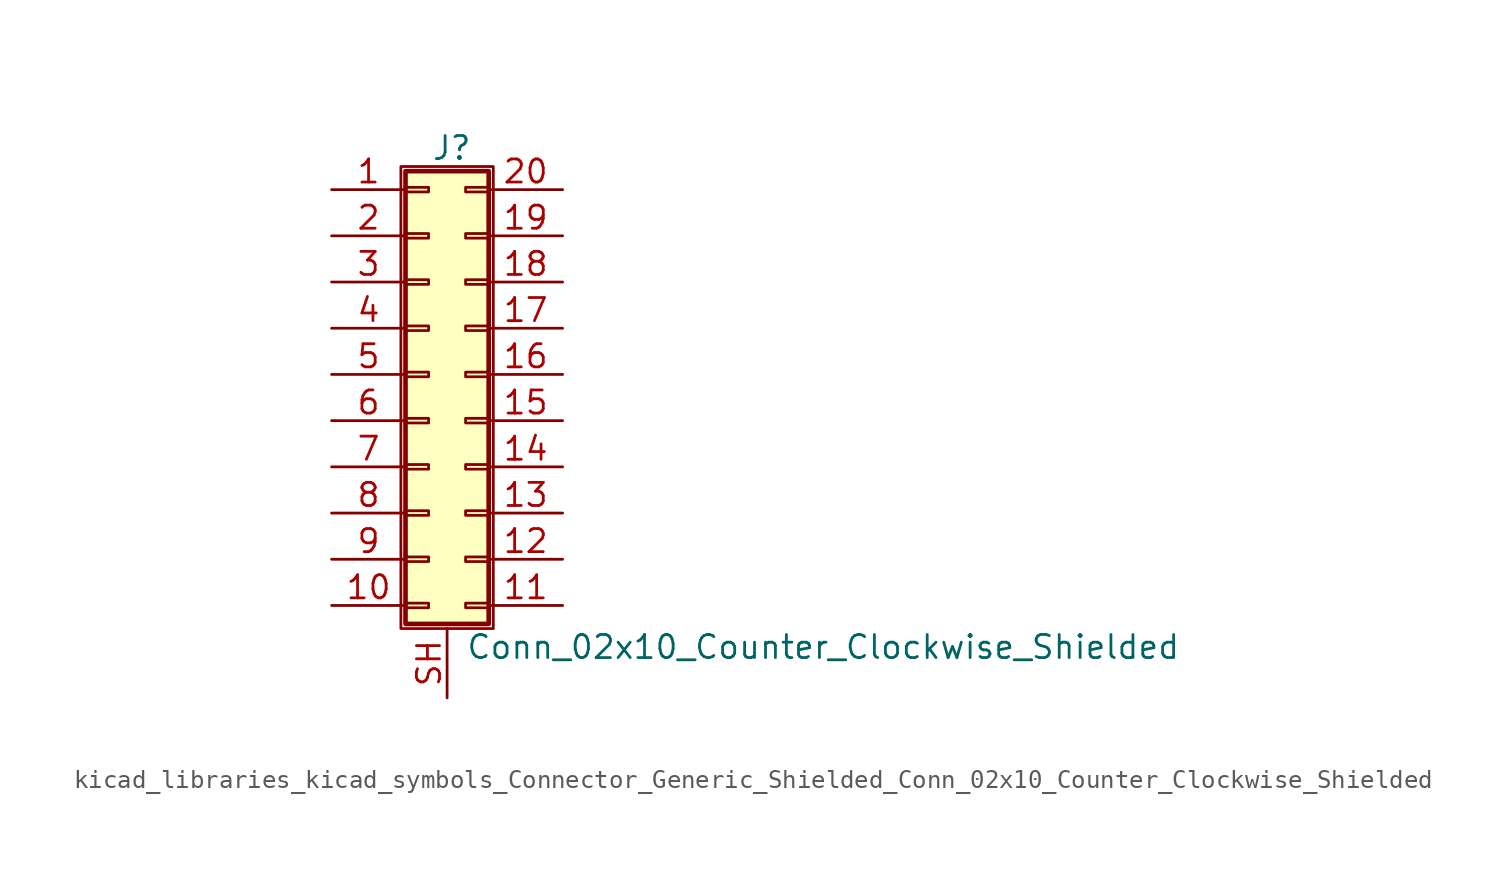
<source format=kicad_sym>
(kicad_symbol_lib
  (version 20220914)
  (generator kicad_symbol_editor)
  (symbol "kicad_libraries_kicad_symbols_Connector_Generic_Shielded_Conn_02x10_Counter_Clockwise_Shielded"
    (pin_names
      (offset 1.016) hide)
    (property "Reference" "J"
      (at 1.524 12.446 0)
      (effects (font (size 1.27 1.27))))
    (property "Value" "Conn_02x10_Counter_Clockwise_Shielded"
      (at 2.286 -14.986 0)
      (effects (font (size 1.27 1.27)) (justify left)))
    (symbol "kicad_libraries_kicad_symbols_Connector_Generic_Shielded_Conn_02x10_Counter_Clockwise_Shielded_1_1"
      (rectangle (start -1.27 11.43) (end 3.81 -13.97) (stroke (width 0.152) (type default)) (fill (type none)))
      (rectangle (start -1.016 -12.573) (end 0.254 -12.827) (stroke (width 0.152) (type default)) (fill (type none)))
      (rectangle (start -1.016 -10.033) (end 0.254 -10.287) (stroke (width 0.152) (type default)) (fill (type none)))
      (rectangle (start -1.016 -7.493) (end 0.254 -7.747) (stroke (width 0.152) (type default)) (fill (type none)))
      (rectangle (start -1.016 -4.953) (end 0.254 -5.207) (stroke (width 0.152) (type default)) (fill (type none)))
      (rectangle (start -1.016 -2.413) (end 0.254 -2.667) (stroke (width 0.152) (type default)) (fill (type none)))
      (rectangle (start -1.016 0.127) (end 0.254 -0.127) (stroke (width 0.152) (type default)) (fill (type none)))
      (rectangle (start -1.016 2.667) (end 0.254 2.413) (stroke (width 0.152) (type default)) (fill (type none)))
      (rectangle (start -1.016 5.207) (end 0.254 4.953) (stroke (width 0.152) (type default)) (fill (type none)))
      (rectangle (start -1.016 7.747) (end 0.254 7.493) (stroke (width 0.152) (type default)) (fill (type none)))
      (rectangle (start -1.016 10.287) (end 0.254 10.033) (stroke (width 0.152) (type default)) (fill (type none)))
      (rectangle (start -1.016 11.176) (end 3.556 -13.716) (stroke (width 0.254) (type default)) (fill (type background)))
      (rectangle (start 3.556 -12.573) (end 2.286 -12.827) (stroke (width 0.152) (type default)) (fill (type none)))
      (rectangle (start 3.556 -10.033) (end 2.286 -10.287) (stroke (width 0.152) (type default)) (fill (type none)))
      (rectangle (start 3.556 -7.493) (end 2.286 -7.747) (stroke (width 0.152) (type default)) (fill (type none)))
      (rectangle (start 3.556 -4.953) (end 2.286 -5.207) (stroke (width 0.152) (type default)) (fill (type none)))
      (rectangle (start 3.556 -2.413) (end 2.286 -2.667) (stroke (width 0.152) (type default)) (fill (type none)))
      (rectangle (start 3.556 0.127) (end 2.286 -0.127) (stroke (width 0.152) (type default)) (fill (type none)))
      (rectangle (start 3.556 2.667) (end 2.286 2.413) (stroke (width 0.152) (type default)) (fill (type none)))
      (rectangle (start 3.556 5.207) (end 2.286 4.953) (stroke (width 0.152) (type default)) (fill (type none)))
      (rectangle (start 3.556 7.747) (end 2.286 7.493) (stroke (width 0.152) (type default)) (fill (type none)))
      (rectangle (start 3.556 10.287) (end 2.286 10.033) (stroke (width 0.152) (type default)) (fill (type none)))
      (pin passive line (at -5.08 10.16 0) (length 4.064) (name "Pin_1" (effects (font (size 1.27 1.27)))) (number "1" (effects (font (size 1.27 1.27)))))
      (pin passive line (at -5.08 -12.7 0) (length 4.064) (name "Pin_10" (effects (font (size 1.27 1.27)))) (number "10" (effects (font (size 1.27 1.27)))))
      (pin passive line (at 7.62 -12.7 180) (length 4.064) (name "Pin_11" (effects (font (size 1.27 1.27)))) (number "11" (effects (font (size 1.27 1.27)))))
      (pin passive line (at 7.62 -10.16 180) (length 4.064) (name "Pin_12" (effects (font (size 1.27 1.27)))) (number "12" (effects (font (size 1.27 1.27)))))
      (pin passive line (at 7.62 -7.62 180) (length 4.064) (name "Pin_13" (effects (font (size 1.27 1.27)))) (number "13" (effects (font (size 1.27 1.27)))))
      (pin passive line (at 7.62 -5.08 180) (length 4.064) (name "Pin_14" (effects (font (size 1.27 1.27)))) (number "14" (effects (font (size 1.27 1.27)))))
      (pin passive line (at 7.62 -2.54 180) (length 4.064) (name "Pin_15" (effects (font (size 1.27 1.27)))) (number "15" (effects (font (size 1.27 1.27)))))
      (pin passive line (at 7.62 0 180) (length 4.064) (name "Pin_16" (effects (font (size 1.27 1.27)))) (number "16" (effects (font (size 1.27 1.27)))))
      (pin passive line (at 7.62 2.54 180) (length 4.064) (name "Pin_17" (effects (font (size 1.27 1.27)))) (number "17" (effects (font (size 1.27 1.27)))))
      (pin passive line (at 7.62 5.08 180) (length 4.064) (name "Pin_18" (effects (font (size 1.27 1.27)))) (number "18" (effects (font (size 1.27 1.27)))))
      (pin passive line (at 7.62 7.62 180) (length 4.064) (name "Pin_19" (effects (font (size 1.27 1.27)))) (number "19" (effects (font (size 1.27 1.27)))))
      (pin passive line (at -5.08 7.62 0) (length 4.064) (name "Pin_2" (effects (font (size 1.27 1.27)))) (number "2" (effects (font (size 1.27 1.27)))))
      (pin passive line (at 7.62 10.16 180) (length 4.064) (name "Pin_20" (effects (font (size 1.27 1.27)))) (number "20" (effects (font (size 1.27 1.27)))))
      (pin passive line (at -5.08 5.08 0) (length 4.064) (name "Pin_3" (effects (font (size 1.27 1.27)))) (number "3" (effects (font (size 1.27 1.27)))))
      (pin passive line (at -5.08 2.54 0) (length 4.064) (name "Pin_4" (effects (font (size 1.27 1.27)))) (number "4" (effects (font (size 1.27 1.27)))))
      (pin passive line (at -5.08 0 0) (length 4.064) (name "Pin_5" (effects (font (size 1.27 1.27)))) (number "5" (effects (font (size 1.27 1.27)))))
      (pin passive line (at -5.08 -2.54 0) (length 4.064) (name "Pin_6" (effects (font (size 1.27 1.27)))) (number "6" (effects (font (size 1.27 1.27)))))
      (pin passive line (at -5.08 -5.08 0) (length 4.064) (name "Pin_7" (effects (font (size 1.27 1.27)))) (number "7" (effects (font (size 1.27 1.27)))))
      (pin passive line (at -5.08 -7.62 0) (length 4.064) (name "Pin_8" (effects (font (size 1.27 1.27)))) (number "8" (effects (font (size 1.27 1.27)))))
      (pin passive line (at -5.08 -10.16 0) (length 4.064) (name "Pin_9" (effects (font (size 1.27 1.27)))) (number "9" (effects (font (size 1.27 1.27)))))
      (pin passive line (at 1.27 -17.78 90) (length 3.81) (name "Shield" (effects (font (size 1.27 1.27)))) (number "SH" (effects (font (size 1.27 1.27))))))))
</source>
